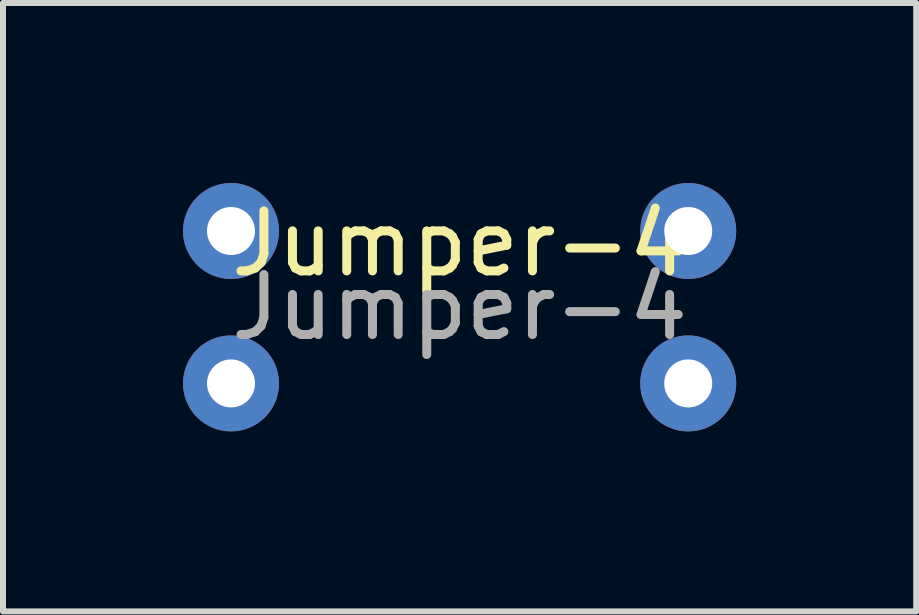
<source format=kicad_pcb>
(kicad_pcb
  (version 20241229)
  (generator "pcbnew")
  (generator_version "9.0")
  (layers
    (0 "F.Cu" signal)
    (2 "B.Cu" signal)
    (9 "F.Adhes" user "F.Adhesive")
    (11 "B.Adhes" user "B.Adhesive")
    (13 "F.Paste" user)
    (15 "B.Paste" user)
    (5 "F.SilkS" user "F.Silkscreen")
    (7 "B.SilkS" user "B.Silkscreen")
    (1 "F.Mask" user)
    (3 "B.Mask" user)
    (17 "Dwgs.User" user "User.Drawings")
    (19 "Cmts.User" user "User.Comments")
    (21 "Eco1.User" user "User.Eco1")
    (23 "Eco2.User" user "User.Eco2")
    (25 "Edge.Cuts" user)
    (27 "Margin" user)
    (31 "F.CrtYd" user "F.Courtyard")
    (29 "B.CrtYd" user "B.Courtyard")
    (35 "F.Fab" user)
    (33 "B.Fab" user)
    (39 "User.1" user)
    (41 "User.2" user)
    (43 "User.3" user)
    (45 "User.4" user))
  (footprint "Jumper-4"
    (layer "F.Cu")
    (at 0.8 3.34)
    (property "Reference" "Jumper-4" (at 3.81 -2.33 0) (layer "F.SilkS") (effects (font (size 1 1) (thickness 0.15))))
    (attr through_hole)
    (fp_text user "${REFERENCE}" (at 3.81 -1.27 0) (layer "F.Fab") (effects (font (size 1 1) (thickness 0.15))))
    (pad "1" thru_hole oval (at 0 0 180) (size 1.6 1.6) (drill 0.8) (layers "*.Cu" "*.Mask"))
    (pad "2" thru_hole oval (at 7.62 0 180) (size 1.6 1.6) (drill 0.8) (layers "*.Cu" "*.Mask"))
    (pad "3" thru_hole oval (at 0 -2.54 180) (size 1.6 1.6) (drill 0.8) (layers "*.Cu" "*.Mask"))
    (pad "4" thru_hole oval (at 7.62 -2.54 180) (size 1.6 1.6) (drill 0.8) (layers "*.Cu" "*.Mask")))
  (gr_rect
    (start -3 -3)
    (end 12.22 7.14)
    (stroke (width 0.1) (type default))
    (fill no)
    (layer "Edge.Cuts")))
</source>
